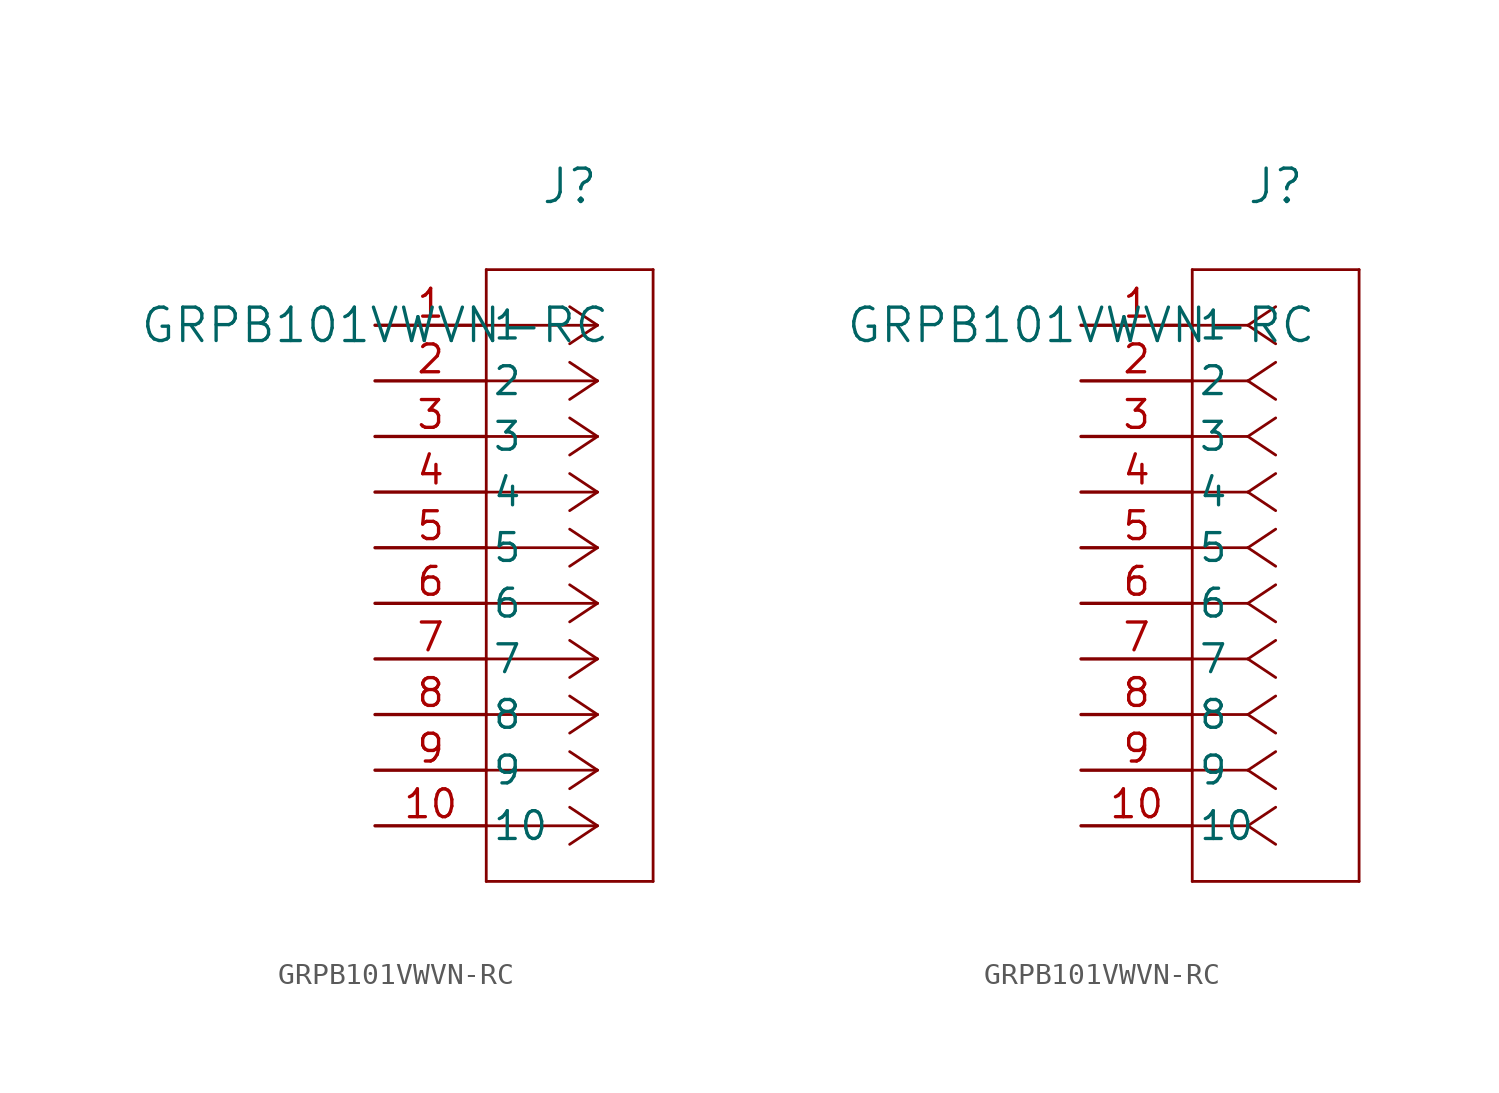
<source format=kicad_sym>
(kicad_symbol_lib
  (version 20220914)
  (generator kicad_symbol_editor)
  (symbol "GRPB101VWVN-RC"
    (pin_names
      (offset 0.254))
    (property "Reference" "J"
      (at 8.89 6.35 0)
      (effects (font (size 1.524 1.524))))
    (property "Value" "GRPB101VWVN-RC"
      (at 0 0 0)
      (effects (font (size 1.524 1.524))))
    (property "ki_locked" ""
      (at 0 0 0)
      (effects (font (size 1.27 1.27))))
    (symbol "GRPB101VWVN-RC_1_1"
      (polyline (pts (xy 5.08 -25.4) (xy 12.7 -25.4)) (stroke (width 0.127) (type default)) (fill (type none)))
      (polyline (pts (xy 5.08 2.54) (xy 5.08 -25.4)) (stroke (width 0.127) (type default)) (fill (type none)))
      (polyline (pts (xy 10.16 -22.86) (xy 5.08 -22.86)) (stroke (width 0.127) (type default)) (fill (type none)))
      (polyline (pts (xy 10.16 -22.86) (xy 8.89 -23.707)) (stroke (width 0.127) (type default)) (fill (type none)))
      (polyline (pts (xy 10.16 -22.86) (xy 8.89 -22.013)) (stroke (width 0.127) (type default)) (fill (type none)))
      (polyline (pts (xy 10.16 -20.32) (xy 5.08 -20.32)) (stroke (width 0.127) (type default)) (fill (type none)))
      (polyline (pts (xy 10.16 -20.32) (xy 8.89 -21.167)) (stroke (width 0.127) (type default)) (fill (type none)))
      (polyline (pts (xy 10.16 -20.32) (xy 8.89 -19.473)) (stroke (width 0.127) (type default)) (fill (type none)))
      (polyline (pts (xy 10.16 -17.78) (xy 5.08 -17.78)) (stroke (width 0.127) (type default)) (fill (type none)))
      (polyline (pts (xy 10.16 -17.78) (xy 8.89 -18.627)) (stroke (width 0.127) (type default)) (fill (type none)))
      (polyline (pts (xy 10.16 -17.78) (xy 8.89 -16.933)) (stroke (width 0.127) (type default)) (fill (type none)))
      (polyline (pts (xy 10.16 -15.24) (xy 5.08 -15.24)) (stroke (width 0.127) (type default)) (fill (type none)))
      (polyline (pts (xy 10.16 -15.24) (xy 8.89 -16.087)) (stroke (width 0.127) (type default)) (fill (type none)))
      (polyline (pts (xy 10.16 -15.24) (xy 8.89 -14.393)) (stroke (width 0.127) (type default)) (fill (type none)))
      (polyline (pts (xy 10.16 -12.7) (xy 5.08 -12.7)) (stroke (width 0.127) (type default)) (fill (type none)))
      (polyline (pts (xy 10.16 -12.7) (xy 8.89 -13.547)) (stroke (width 0.127) (type default)) (fill (type none)))
      (polyline (pts (xy 10.16 -12.7) (xy 8.89 -11.853)) (stroke (width 0.127) (type default)) (fill (type none)))
      (polyline (pts (xy 10.16 -10.16) (xy 5.08 -10.16)) (stroke (width 0.127) (type default)) (fill (type none)))
      (polyline (pts (xy 10.16 -10.16) (xy 8.89 -11.007)) (stroke (width 0.127) (type default)) (fill (type none)))
      (polyline (pts (xy 10.16 -10.16) (xy 8.89 -9.313)) (stroke (width 0.127) (type default)) (fill (type none)))
      (polyline (pts (xy 10.16 -7.62) (xy 5.08 -7.62)) (stroke (width 0.127) (type default)) (fill (type none)))
      (polyline (pts (xy 10.16 -7.62) (xy 8.89 -8.467)) (stroke (width 0.127) (type default)) (fill (type none)))
      (polyline (pts (xy 10.16 -7.62) (xy 8.89 -6.773)) (stroke (width 0.127) (type default)) (fill (type none)))
      (polyline (pts (xy 10.16 -5.08) (xy 5.08 -5.08)) (stroke (width 0.127) (type default)) (fill (type none)))
      (polyline (pts (xy 10.16 -5.08) (xy 8.89 -5.927)) (stroke (width 0.127) (type default)) (fill (type none)))
      (polyline (pts (xy 10.16 -5.08) (xy 8.89 -4.233)) (stroke (width 0.127) (type default)) (fill (type none)))
      (polyline (pts (xy 10.16 -2.54) (xy 5.08 -2.54)) (stroke (width 0.127) (type default)) (fill (type none)))
      (polyline (pts (xy 10.16 -2.54) (xy 8.89 -3.387)) (stroke (width 0.127) (type default)) (fill (type none)))
      (polyline (pts (xy 10.16 -2.54) (xy 8.89 -1.693)) (stroke (width 0.127) (type default)) (fill (type none)))
      (polyline (pts (xy 10.16 0) (xy 5.08 0)) (stroke (width 0.127) (type default)) (fill (type none)))
      (polyline (pts (xy 10.16 0) (xy 8.89 -0.847)) (stroke (width 0.127) (type default)) (fill (type none)))
      (polyline (pts (xy 10.16 0) (xy 8.89 0.847)) (stroke (width 0.127) (type default)) (fill (type none)))
      (polyline (pts (xy 12.7 -25.4) (xy 12.7 2.54)) (stroke (width 0.127) (type default)) (fill (type none)))
      (polyline (pts (xy 12.7 2.54) (xy 5.08 2.54)) (stroke (width 0.127) (type default)) (fill (type none)))
      (pin unspecified line (at 0 0 0) (length 5.08) (name "1" (effects (font (size 1.27 1.27)))) (number "1" (effects (font (size 1.27 1.27)))))
      (pin unspecified line (at 0 -22.86 0) (length 5.08) (name "10" (effects (font (size 1.27 1.27)))) (number "10" (effects (font (size 1.27 1.27)))))
      (pin unspecified line (at 0 -2.54 0) (length 5.08) (name "2" (effects (font (size 1.27 1.27)))) (number "2" (effects (font (size 1.27 1.27)))))
      (pin unspecified line (at 0 -5.08 0) (length 5.08) (name "3" (effects (font (size 1.27 1.27)))) (number "3" (effects (font (size 1.27 1.27)))))
      (pin unspecified line (at 0 -7.62 0) (length 5.08) (name "4" (effects (font (size 1.27 1.27)))) (number "4" (effects (font (size 1.27 1.27)))))
      (pin unspecified line (at 0 -10.16 0) (length 5.08) (name "5" (effects (font (size 1.27 1.27)))) (number "5" (effects (font (size 1.27 1.27)))))
      (pin unspecified line (at 0 -12.7 0) (length 5.08) (name "6" (effects (font (size 1.27 1.27)))) (number "6" (effects (font (size 1.27 1.27)))))
      (pin unspecified line (at 0 -15.24 0) (length 5.08) (name "7" (effects (font (size 1.27 1.27)))) (number "7" (effects (font (size 1.27 1.27)))))
      (pin unspecified line (at 0 -17.78 0) (length 5.08) (name "8" (effects (font (size 1.27 1.27)))) (number "8" (effects (font (size 1.27 1.27)))))
      (pin unspecified line (at 0 -20.32 0) (length 5.08) (name "9" (effects (font (size 1.27 1.27)))) (number "9" (effects (font (size 1.27 1.27))))))
    (symbol "GRPB101VWVN-RC_1_2"
      (polyline (pts (xy 5.08 -25.4) (xy 12.7 -25.4)) (stroke (width 0.127) (type default)) (fill (type none)))
      (polyline (pts (xy 5.08 2.54) (xy 5.08 -25.4)) (stroke (width 0.127) (type default)) (fill (type none)))
      (polyline (pts (xy 7.62 -22.86) (xy 5.08 -22.86)) (stroke (width 0.127) (type default)) (fill (type none)))
      (polyline (pts (xy 7.62 -22.86) (xy 8.89 -23.707)) (stroke (width 0.127) (type default)) (fill (type none)))
      (polyline (pts (xy 7.62 -22.86) (xy 8.89 -22.013)) (stroke (width 0.127) (type default)) (fill (type none)))
      (polyline (pts (xy 7.62 -20.32) (xy 5.08 -20.32)) (stroke (width 0.127) (type default)) (fill (type none)))
      (polyline (pts (xy 7.62 -20.32) (xy 8.89 -21.167)) (stroke (width 0.127) (type default)) (fill (type none)))
      (polyline (pts (xy 7.62 -20.32) (xy 8.89 -19.473)) (stroke (width 0.127) (type default)) (fill (type none)))
      (polyline (pts (xy 7.62 -17.78) (xy 5.08 -17.78)) (stroke (width 0.127) (type default)) (fill (type none)))
      (polyline (pts (xy 7.62 -17.78) (xy 8.89 -18.627)) (stroke (width 0.127) (type default)) (fill (type none)))
      (polyline (pts (xy 7.62 -17.78) (xy 8.89 -16.933)) (stroke (width 0.127) (type default)) (fill (type none)))
      (polyline (pts (xy 7.62 -15.24) (xy 5.08 -15.24)) (stroke (width 0.127) (type default)) (fill (type none)))
      (polyline (pts (xy 7.62 -15.24) (xy 8.89 -16.087)) (stroke (width 0.127) (type default)) (fill (type none)))
      (polyline (pts (xy 7.62 -15.24) (xy 8.89 -14.393)) (stroke (width 0.127) (type default)) (fill (type none)))
      (polyline (pts (xy 7.62 -12.7) (xy 5.08 -12.7)) (stroke (width 0.127) (type default)) (fill (type none)))
      (polyline (pts (xy 7.62 -12.7) (xy 8.89 -13.547)) (stroke (width 0.127) (type default)) (fill (type none)))
      (polyline (pts (xy 7.62 -12.7) (xy 8.89 -11.853)) (stroke (width 0.127) (type default)) (fill (type none)))
      (polyline (pts (xy 7.62 -10.16) (xy 5.08 -10.16)) (stroke (width 0.127) (type default)) (fill (type none)))
      (polyline (pts (xy 7.62 -10.16) (xy 8.89 -11.007)) (stroke (width 0.127) (type default)) (fill (type none)))
      (polyline (pts (xy 7.62 -10.16) (xy 8.89 -9.313)) (stroke (width 0.127) (type default)) (fill (type none)))
      (polyline (pts (xy 7.62 -7.62) (xy 5.08 -7.62)) (stroke (width 0.127) (type default)) (fill (type none)))
      (polyline (pts (xy 7.62 -7.62) (xy 8.89 -8.467)) (stroke (width 0.127) (type default)) (fill (type none)))
      (polyline (pts (xy 7.62 -7.62) (xy 8.89 -6.773)) (stroke (width 0.127) (type default)) (fill (type none)))
      (polyline (pts (xy 7.62 -5.08) (xy 5.08 -5.08)) (stroke (width 0.127) (type default)) (fill (type none)))
      (polyline (pts (xy 7.62 -5.08) (xy 8.89 -5.927)) (stroke (width 0.127) (type default)) (fill (type none)))
      (polyline (pts (xy 7.62 -5.08) (xy 8.89 -4.233)) (stroke (width 0.127) (type default)) (fill (type none)))
      (polyline (pts (xy 7.62 -2.54) (xy 5.08 -2.54)) (stroke (width 0.127) (type default)) (fill (type none)))
      (polyline (pts (xy 7.62 -2.54) (xy 8.89 -3.387)) (stroke (width 0.127) (type default)) (fill (type none)))
      (polyline (pts (xy 7.62 -2.54) (xy 8.89 -1.693)) (stroke (width 0.127) (type default)) (fill (type none)))
      (polyline (pts (xy 7.62 0) (xy 5.08 0)) (stroke (width 0.127) (type default)) (fill (type none)))
      (polyline (pts (xy 7.62 0) (xy 8.89 -0.847)) (stroke (width 0.127) (type default)) (fill (type none)))
      (polyline (pts (xy 7.62 0) (xy 8.89 0.847)) (stroke (width 0.127) (type default)) (fill (type none)))
      (polyline (pts (xy 12.7 -25.4) (xy 12.7 2.54)) (stroke (width 0.127) (type default)) (fill (type none)))
      (polyline (pts (xy 12.7 2.54) (xy 5.08 2.54)) (stroke (width 0.127) (type default)) (fill (type none)))
      (pin unspecified line (at 0 0 0) (length 5.08) (name "1" (effects (font (size 1.27 1.27)))) (number "1" (effects (font (size 1.27 1.27)))))
      (pin unspecified line (at 0 -22.86 0) (length 5.08) (name "10" (effects (font (size 1.27 1.27)))) (number "10" (effects (font (size 1.27 1.27)))))
      (pin unspecified line (at 0 -2.54 0) (length 5.08) (name "2" (effects (font (size 1.27 1.27)))) (number "2" (effects (font (size 1.27 1.27)))))
      (pin unspecified line (at 0 -5.08 0) (length 5.08) (name "3" (effects (font (size 1.27 1.27)))) (number "3" (effects (font (size 1.27 1.27)))))
      (pin unspecified line (at 0 -7.62 0) (length 5.08) (name "4" (effects (font (size 1.27 1.27)))) (number "4" (effects (font (size 1.27 1.27)))))
      (pin unspecified line (at 0 -10.16 0) (length 5.08) (name "5" (effects (font (size 1.27 1.27)))) (number "5" (effects (font (size 1.27 1.27)))))
      (pin unspecified line (at 0 -12.7 0) (length 5.08) (name "6" (effects (font (size 1.27 1.27)))) (number "6" (effects (font (size 1.27 1.27)))))
      (pin unspecified line (at 0 -15.24 0) (length 5.08) (name "7" (effects (font (size 1.27 1.27)))) (number "7" (effects (font (size 1.27 1.27)))))
      (pin unspecified line (at 0 -17.78 0) (length 5.08) (name "8" (effects (font (size 1.27 1.27)))) (number "8" (effects (font (size 1.27 1.27)))))
      (pin unspecified line (at 0 -20.32 0) (length 5.08) (name "9" (effects (font (size 1.27 1.27)))) (number "9" (effects (font (size 1.27 1.27))))))))
</source>
